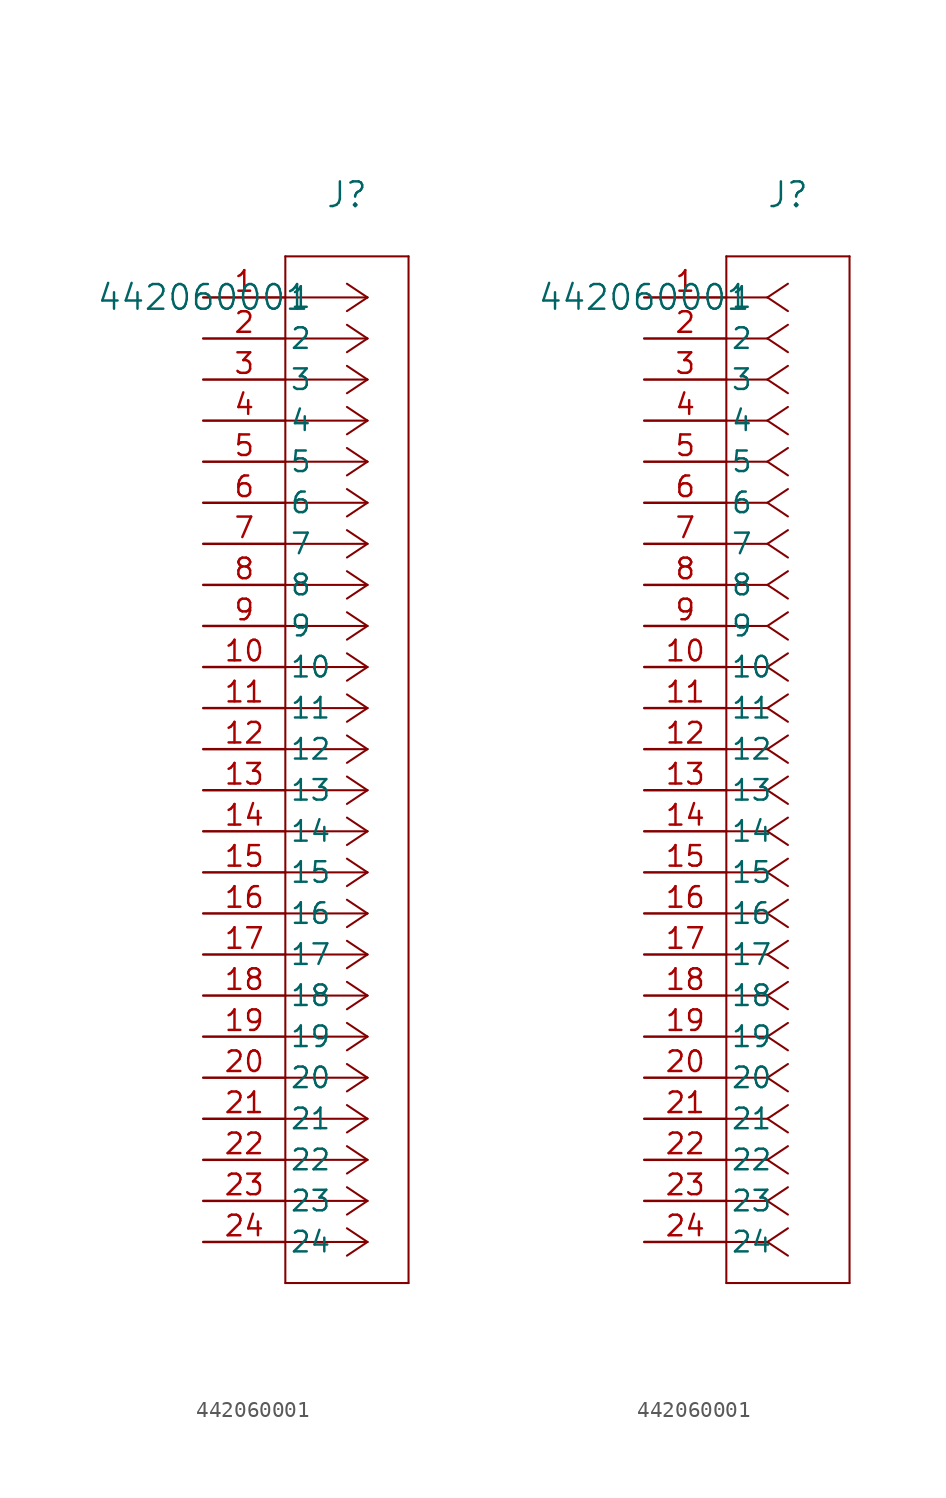
<source format=kicad_sym>
(kicad_symbol_lib
  (version 20211014)
  (generator kicad_symbol_editor)
  (symbol "442060001"
    (pin_names
      (offset 0.254))
    (property "Reference" "J"
      (at 8.89 6.35 0)
      (effects (font (size 1.524 1.524))))
    (property "Value" "442060001"
      (at 0 0 0)
      (effects (font (size 1.524 1.524))))
    (symbol "442060001_1_1"
      (polyline (pts (xy 10.16 0) (xy 5.08 0)) (stroke (width 0.127) (type default) (color 0 0 0 0)) (fill (type none)))
      (polyline (pts (xy 10.16 -2.54) (xy 5.08 -2.54)) (stroke (width 0.127) (type default) (color 0 0 0 0)) (fill (type none)))
      (polyline (pts (xy 10.16 -5.08) (xy 5.08 -5.08)) (stroke (width 0.127) (type default) (color 0 0 0 0)) (fill (type none)))
      (polyline (pts (xy 10.16 -7.62) (xy 5.08 -7.62)) (stroke (width 0.127) (type default) (color 0 0 0 0)) (fill (type none)))
      (polyline (pts (xy 10.16 -10.16) (xy 5.08 -10.16)) (stroke (width 0.127) (type default) (color 0 0 0 0)) (fill (type none)))
      (polyline (pts (xy 10.16 -12.7) (xy 5.08 -12.7)) (stroke (width 0.127) (type default) (color 0 0 0 0)) (fill (type none)))
      (polyline (pts (xy 10.16 -15.24) (xy 5.08 -15.24)) (stroke (width 0.127) (type default) (color 0 0 0 0)) (fill (type none)))
      (polyline (pts (xy 10.16 -17.78) (xy 5.08 -17.78)) (stroke (width 0.127) (type default) (color 0 0 0 0)) (fill (type none)))
      (polyline (pts (xy 10.16 -20.32) (xy 5.08 -20.32)) (stroke (width 0.127) (type default) (color 0 0 0 0)) (fill (type none)))
      (polyline (pts (xy 10.16 -22.86) (xy 5.08 -22.86)) (stroke (width 0.127) (type default) (color 0 0 0 0)) (fill (type none)))
      (polyline (pts (xy 10.16 -25.4) (xy 5.08 -25.4)) (stroke (width 0.127) (type default) (color 0 0 0 0)) (fill (type none)))
      (polyline (pts (xy 10.16 -27.94) (xy 5.08 -27.94)) (stroke (width 0.127) (type default) (color 0 0 0 0)) (fill (type none)))
      (polyline (pts (xy 10.16 -30.48) (xy 5.08 -30.48)) (stroke (width 0.127) (type default) (color 0 0 0 0)) (fill (type none)))
      (polyline (pts (xy 10.16 -33.02) (xy 5.08 -33.02)) (stroke (width 0.127) (type default) (color 0 0 0 0)) (fill (type none)))
      (polyline (pts (xy 10.16 -35.56) (xy 5.08 -35.56)) (stroke (width 0.127) (type default) (color 0 0 0 0)) (fill (type none)))
      (polyline (pts (xy 10.16 -38.1) (xy 5.08 -38.1)) (stroke (width 0.127) (type default) (color 0 0 0 0)) (fill (type none)))
      (polyline (pts (xy 10.16 -40.64) (xy 5.08 -40.64)) (stroke (width 0.127) (type default) (color 0 0 0 0)) (fill (type none)))
      (polyline (pts (xy 10.16 -43.18) (xy 5.08 -43.18)) (stroke (width 0.127) (type default) (color 0 0 0 0)) (fill (type none)))
      (polyline (pts (xy 10.16 -45.72) (xy 5.08 -45.72)) (stroke (width 0.127) (type default) (color 0 0 0 0)) (fill (type none)))
      (polyline (pts (xy 10.16 -48.26) (xy 5.08 -48.26)) (stroke (width 0.127) (type default) (color 0 0 0 0)) (fill (type none)))
      (polyline (pts (xy 10.16 -50.8) (xy 5.08 -50.8)) (stroke (width 0.127) (type default) (color 0 0 0 0)) (fill (type none)))
      (polyline (pts (xy 10.16 -53.34) (xy 5.08 -53.34)) (stroke (width 0.127) (type default) (color 0 0 0 0)) (fill (type none)))
      (polyline (pts (xy 10.16 -55.88) (xy 5.08 -55.88)) (stroke (width 0.127) (type default) (color 0 0 0 0)) (fill (type none)))
      (polyline (pts (xy 10.16 -58.42) (xy 5.08 -58.42)) (stroke (width 0.127) (type default) (color 0 0 0 0)) (fill (type none)))
      (polyline (pts (xy 10.16 0) (xy 8.89 0.847)) (stroke (width 0.127) (type default) (color 0 0 0 0)) (fill (type none)))
      (polyline (pts (xy 10.16 -2.54) (xy 8.89 -1.693)) (stroke (width 0.127) (type default) (color 0 0 0 0)) (fill (type none)))
      (polyline (pts (xy 10.16 -5.08) (xy 8.89 -4.233)) (stroke (width 0.127) (type default) (color 0 0 0 0)) (fill (type none)))
      (polyline (pts (xy 10.16 -7.62) (xy 8.89 -6.773)) (stroke (width 0.127) (type default) (color 0 0 0 0)) (fill (type none)))
      (polyline (pts (xy 10.16 -10.16) (xy 8.89 -9.313)) (stroke (width 0.127) (type default) (color 0 0 0 0)) (fill (type none)))
      (polyline (pts (xy 10.16 -12.7) (xy 8.89 -11.853)) (stroke (width 0.127) (type default) (color 0 0 0 0)) (fill (type none)))
      (polyline (pts (xy 10.16 -15.24) (xy 8.89 -14.393)) (stroke (width 0.127) (type default) (color 0 0 0 0)) (fill (type none)))
      (polyline (pts (xy 10.16 -17.78) (xy 8.89 -16.933)) (stroke (width 0.127) (type default) (color 0 0 0 0)) (fill (type none)))
      (polyline (pts (xy 10.16 -20.32) (xy 8.89 -19.473)) (stroke (width 0.127) (type default) (color 0 0 0 0)) (fill (type none)))
      (polyline (pts (xy 10.16 -22.86) (xy 8.89 -22.013)) (stroke (width 0.127) (type default) (color 0 0 0 0)) (fill (type none)))
      (polyline (pts (xy 10.16 -25.4) (xy 8.89 -24.553)) (stroke (width 0.127) (type default) (color 0 0 0 0)) (fill (type none)))
      (polyline (pts (xy 10.16 -27.94) (xy 8.89 -27.093)) (stroke (width 0.127) (type default) (color 0 0 0 0)) (fill (type none)))
      (polyline (pts (xy 10.16 -30.48) (xy 8.89 -29.633)) (stroke (width 0.127) (type default) (color 0 0 0 0)) (fill (type none)))
      (polyline (pts (xy 10.16 -33.02) (xy 8.89 -32.173)) (stroke (width 0.127) (type default) (color 0 0 0 0)) (fill (type none)))
      (polyline (pts (xy 10.16 -35.56) (xy 8.89 -34.713)) (stroke (width 0.127) (type default) (color 0 0 0 0)) (fill (type none)))
      (polyline (pts (xy 10.16 -38.1) (xy 8.89 -37.253)) (stroke (width 0.127) (type default) (color 0 0 0 0)) (fill (type none)))
      (polyline (pts (xy 10.16 -40.64) (xy 8.89 -39.793)) (stroke (width 0.127) (type default) (color 0 0 0 0)) (fill (type none)))
      (polyline (pts (xy 10.16 -43.18) (xy 8.89 -42.333)) (stroke (width 0.127) (type default) (color 0 0 0 0)) (fill (type none)))
      (polyline (pts (xy 10.16 -45.72) (xy 8.89 -44.873)) (stroke (width 0.127) (type default) (color 0 0 0 0)) (fill (type none)))
      (polyline (pts (xy 10.16 -48.26) (xy 8.89 -47.413)) (stroke (width 0.127) (type default) (color 0 0 0 0)) (fill (type none)))
      (polyline (pts (xy 10.16 -50.8) (xy 8.89 -49.953)) (stroke (width 0.127) (type default) (color 0 0 0 0)) (fill (type none)))
      (polyline (pts (xy 10.16 -53.34) (xy 8.89 -52.493)) (stroke (width 0.127) (type default) (color 0 0 0 0)) (fill (type none)))
      (polyline (pts (xy 10.16 -55.88) (xy 8.89 -55.033)) (stroke (width 0.127) (type default) (color 0 0 0 0)) (fill (type none)))
      (polyline (pts (xy 10.16 -58.42) (xy 8.89 -57.573)) (stroke (width 0.127) (type default) (color 0 0 0 0)) (fill (type none)))
      (polyline (pts (xy 10.16 0) (xy 8.89 -0.847)) (stroke (width 0.127) (type default) (color 0 0 0 0)) (fill (type none)))
      (polyline (pts (xy 10.16 -2.54) (xy 8.89 -3.387)) (stroke (width 0.127) (type default) (color 0 0 0 0)) (fill (type none)))
      (polyline (pts (xy 10.16 -5.08) (xy 8.89 -5.927)) (stroke (width 0.127) (type default) (color 0 0 0 0)) (fill (type none)))
      (polyline (pts (xy 10.16 -7.62) (xy 8.89 -8.467)) (stroke (width 0.127) (type default) (color 0 0 0 0)) (fill (type none)))
      (polyline (pts (xy 10.16 -10.16) (xy 8.89 -11.007)) (stroke (width 0.127) (type default) (color 0 0 0 0)) (fill (type none)))
      (polyline (pts (xy 10.16 -12.7) (xy 8.89 -13.547)) (stroke (width 0.127) (type default) (color 0 0 0 0)) (fill (type none)))
      (polyline (pts (xy 10.16 -15.24) (xy 8.89 -16.087)) (stroke (width 0.127) (type default) (color 0 0 0 0)) (fill (type none)))
      (polyline (pts (xy 10.16 -17.78) (xy 8.89 -18.627)) (stroke (width 0.127) (type default) (color 0 0 0 0)) (fill (type none)))
      (polyline (pts (xy 10.16 -20.32) (xy 8.89 -21.167)) (stroke (width 0.127) (type default) (color 0 0 0 0)) (fill (type none)))
      (polyline (pts (xy 10.16 -22.86) (xy 8.89 -23.707)) (stroke (width 0.127) (type default) (color 0 0 0 0)) (fill (type none)))
      (polyline (pts (xy 10.16 -25.4) (xy 8.89 -26.247)) (stroke (width 0.127) (type default) (color 0 0 0 0)) (fill (type none)))
      (polyline (pts (xy 10.16 -27.94) (xy 8.89 -28.787)) (stroke (width 0.127) (type default) (color 0 0 0 0)) (fill (type none)))
      (polyline (pts (xy 10.16 -30.48) (xy 8.89 -31.327)) (stroke (width 0.127) (type default) (color 0 0 0 0)) (fill (type none)))
      (polyline (pts (xy 10.16 -33.02) (xy 8.89 -33.867)) (stroke (width 0.127) (type default) (color 0 0 0 0)) (fill (type none)))
      (polyline (pts (xy 10.16 -35.56) (xy 8.89 -36.407)) (stroke (width 0.127) (type default) (color 0 0 0 0)) (fill (type none)))
      (polyline (pts (xy 10.16 -38.1) (xy 8.89 -38.947)) (stroke (width 0.127) (type default) (color 0 0 0 0)) (fill (type none)))
      (polyline (pts (xy 10.16 -40.64) (xy 8.89 -41.487)) (stroke (width 0.127) (type default) (color 0 0 0 0)) (fill (type none)))
      (polyline (pts (xy 10.16 -43.18) (xy 8.89 -44.027)) (stroke (width 0.127) (type default) (color 0 0 0 0)) (fill (type none)))
      (polyline (pts (xy 10.16 -45.72) (xy 8.89 -46.567)) (stroke (width 0.127) (type default) (color 0 0 0 0)) (fill (type none)))
      (polyline (pts (xy 10.16 -48.26) (xy 8.89 -49.107)) (stroke (width 0.127) (type default) (color 0 0 0 0)) (fill (type none)))
      (polyline (pts (xy 10.16 -50.8) (xy 8.89 -51.647)) (stroke (width 0.127) (type default) (color 0 0 0 0)) (fill (type none)))
      (polyline (pts (xy 10.16 -53.34) (xy 8.89 -54.187)) (stroke (width 0.127) (type default) (color 0 0 0 0)) (fill (type none)))
      (polyline (pts (xy 10.16 -55.88) (xy 8.89 -56.727)) (stroke (width 0.127) (type default) (color 0 0 0 0)) (fill (type none)))
      (polyline (pts (xy 10.16 -58.42) (xy 8.89 -59.267)) (stroke (width 0.127) (type default) (color 0 0 0 0)) (fill (type none)))
      (polyline (pts (xy 5.08 2.54) (xy 5.08 -60.96)) (stroke (width 0.127) (type default) (color 0 0 0 0)) (fill (type none)))
      (polyline (pts (xy 5.08 -60.96) (xy 12.7 -60.96)) (stroke (width 0.127) (type default) (color 0 0 0 0)) (fill (type none)))
      (polyline (pts (xy 12.7 -60.96) (xy 12.7 2.54)) (stroke (width 0.127) (type default) (color 0 0 0 0)) (fill (type none)))
      (polyline (pts (xy 12.7 2.54) (xy 5.08 2.54)) (stroke (width 0.127) (type default) (color 0 0 0 0)) (fill (type none)))
      (pin unspecified line (at 0 0 0) (length 5.08) (name "1" (effects (font (size 1.27 1.27)))) (number "1" (effects (font (size 1.27 1.27)))))
      (pin unspecified line (at 0 -2.54 0) (length 5.08) (name "2" (effects (font (size 1.27 1.27)))) (number "2" (effects (font (size 1.27 1.27)))))
      (pin unspecified line (at 0 -5.08 0) (length 5.08) (name "3" (effects (font (size 1.27 1.27)))) (number "3" (effects (font (size 1.27 1.27)))))
      (pin unspecified line (at 0 -7.62 0) (length 5.08) (name "4" (effects (font (size 1.27 1.27)))) (number "4" (effects (font (size 1.27 1.27)))))
      (pin unspecified line (at 0 -10.16 0) (length 5.08) (name "5" (effects (font (size 1.27 1.27)))) (number "5" (effects (font (size 1.27 1.27)))))
      (pin unspecified line (at 0 -12.7 0) (length 5.08) (name "6" (effects (font (size 1.27 1.27)))) (number "6" (effects (font (size 1.27 1.27)))))
      (pin unspecified line (at 0 -15.24 0) (length 5.08) (name "7" (effects (font (size 1.27 1.27)))) (number "7" (effects (font (size 1.27 1.27)))))
      (pin unspecified line (at 0 -17.78 0) (length 5.08) (name "8" (effects (font (size 1.27 1.27)))) (number "8" (effects (font (size 1.27 1.27)))))
      (pin unspecified line (at 0 -20.32 0) (length 5.08) (name "9" (effects (font (size 1.27 1.27)))) (number "9" (effects (font (size 1.27 1.27)))))
      (pin unspecified line (at 0 -22.86 0) (length 5.08) (name "10" (effects (font (size 1.27 1.27)))) (number "10" (effects (font (size 1.27 1.27)))))
      (pin unspecified line (at 0 -25.4 0) (length 5.08) (name "11" (effects (font (size 1.27 1.27)))) (number "11" (effects (font (size 1.27 1.27)))))
      (pin unspecified line (at 0 -27.94 0) (length 5.08) (name "12" (effects (font (size 1.27 1.27)))) (number "12" (effects (font (size 1.27 1.27)))))
      (pin unspecified line (at 0 -30.48 0) (length 5.08) (name "13" (effects (font (size 1.27 1.27)))) (number "13" (effects (font (size 1.27 1.27)))))
      (pin unspecified line (at 0 -33.02 0) (length 5.08) (name "14" (effects (font (size 1.27 1.27)))) (number "14" (effects (font (size 1.27 1.27)))))
      (pin unspecified line (at 0 -35.56 0) (length 5.08) (name "15" (effects (font (size 1.27 1.27)))) (number "15" (effects (font (size 1.27 1.27)))))
      (pin unspecified line (at 0 -38.1 0) (length 5.08) (name "16" (effects (font (size 1.27 1.27)))) (number "16" (effects (font (size 1.27 1.27)))))
      (pin unspecified line (at 0 -40.64 0) (length 5.08) (name "17" (effects (font (size 1.27 1.27)))) (number "17" (effects (font (size 1.27 1.27)))))
      (pin unspecified line (at 0 -43.18 0) (length 5.08) (name "18" (effects (font (size 1.27 1.27)))) (number "18" (effects (font (size 1.27 1.27)))))
      (pin unspecified line (at 0 -45.72 0) (length 5.08) (name "19" (effects (font (size 1.27 1.27)))) (number "19" (effects (font (size 1.27 1.27)))))
      (pin unspecified line (at 0 -48.26 0) (length 5.08) (name "20" (effects (font (size 1.27 1.27)))) (number "20" (effects (font (size 1.27 1.27)))))
      (pin unspecified line (at 0 -50.8 0) (length 5.08) (name "21" (effects (font (size 1.27 1.27)))) (number "21" (effects (font (size 1.27 1.27)))))
      (pin unspecified line (at 0 -53.34 0) (length 5.08) (name "22" (effects (font (size 1.27 1.27)))) (number "22" (effects (font (size 1.27 1.27)))))
      (pin unspecified line (at 0 -55.88 0) (length 5.08) (name "23" (effects (font (size 1.27 1.27)))) (number "23" (effects (font (size 1.27 1.27)))))
      (pin unspecified line (at 0 -58.42 0) (length 5.08) (name "24" (effects (font (size 1.27 1.27)))) (number "24" (effects (font (size 1.27 1.27))))))
    (symbol "442060001_1_2"
      (polyline (pts (xy 7.62 0) (xy 5.08 0)) (stroke (width 0.127) (type default) (color 0 0 0 0)) (fill (type none)))
      (polyline (pts (xy 7.62 -2.54) (xy 5.08 -2.54)) (stroke (width 0.127) (type default) (color 0 0 0 0)) (fill (type none)))
      (polyline (pts (xy 7.62 -5.08) (xy 5.08 -5.08)) (stroke (width 0.127) (type default) (color 0 0 0 0)) (fill (type none)))
      (polyline (pts (xy 7.62 -7.62) (xy 5.08 -7.62)) (stroke (width 0.127) (type default) (color 0 0 0 0)) (fill (type none)))
      (polyline (pts (xy 7.62 -10.16) (xy 5.08 -10.16)) (stroke (width 0.127) (type default) (color 0 0 0 0)) (fill (type none)))
      (polyline (pts (xy 7.62 -12.7) (xy 5.08 -12.7)) (stroke (width 0.127) (type default) (color 0 0 0 0)) (fill (type none)))
      (polyline (pts (xy 7.62 -15.24) (xy 5.08 -15.24)) (stroke (width 0.127) (type default) (color 0 0 0 0)) (fill (type none)))
      (polyline (pts (xy 7.62 -17.78) (xy 5.08 -17.78)) (stroke (width 0.127) (type default) (color 0 0 0 0)) (fill (type none)))
      (polyline (pts (xy 7.62 -20.32) (xy 5.08 -20.32)) (stroke (width 0.127) (type default) (color 0 0 0 0)) (fill (type none)))
      (polyline (pts (xy 7.62 -22.86) (xy 5.08 -22.86)) (stroke (width 0.127) (type default) (color 0 0 0 0)) (fill (type none)))
      (polyline (pts (xy 7.62 -25.4) (xy 5.08 -25.4)) (stroke (width 0.127) (type default) (color 0 0 0 0)) (fill (type none)))
      (polyline (pts (xy 7.62 -27.94) (xy 5.08 -27.94)) (stroke (width 0.127) (type default) (color 0 0 0 0)) (fill (type none)))
      (polyline (pts (xy 7.62 -30.48) (xy 5.08 -30.48)) (stroke (width 0.127) (type default) (color 0 0 0 0)) (fill (type none)))
      (polyline (pts (xy 7.62 -33.02) (xy 5.08 -33.02)) (stroke (width 0.127) (type default) (color 0 0 0 0)) (fill (type none)))
      (polyline (pts (xy 7.62 -35.56) (xy 5.08 -35.56)) (stroke (width 0.127) (type default) (color 0 0 0 0)) (fill (type none)))
      (polyline (pts (xy 7.62 -38.1) (xy 5.08 -38.1)) (stroke (width 0.127) (type default) (color 0 0 0 0)) (fill (type none)))
      (polyline (pts (xy 7.62 -40.64) (xy 5.08 -40.64)) (stroke (width 0.127) (type default) (color 0 0 0 0)) (fill (type none)))
      (polyline (pts (xy 7.62 -43.18) (xy 5.08 -43.18)) (stroke (width 0.127) (type default) (color 0 0 0 0)) (fill (type none)))
      (polyline (pts (xy 7.62 -45.72) (xy 5.08 -45.72)) (stroke (width 0.127) (type default) (color 0 0 0 0)) (fill (type none)))
      (polyline (pts (xy 7.62 -48.26) (xy 5.08 -48.26)) (stroke (width 0.127) (type default) (color 0 0 0 0)) (fill (type none)))
      (polyline (pts (xy 7.62 -50.8) (xy 5.08 -50.8)) (stroke (width 0.127) (type default) (color 0 0 0 0)) (fill (type none)))
      (polyline (pts (xy 7.62 -53.34) (xy 5.08 -53.34)) (stroke (width 0.127) (type default) (color 0 0 0 0)) (fill (type none)))
      (polyline (pts (xy 7.62 -55.88) (xy 5.08 -55.88)) (stroke (width 0.127) (type default) (color 0 0 0 0)) (fill (type none)))
      (polyline (pts (xy 7.62 -58.42) (xy 5.08 -58.42)) (stroke (width 0.127) (type default) (color 0 0 0 0)) (fill (type none)))
      (polyline (pts (xy 7.62 0) (xy 8.89 0.847)) (stroke (width 0.127) (type default) (color 0 0 0 0)) (fill (type none)))
      (polyline (pts (xy 7.62 -2.54) (xy 8.89 -1.693)) (stroke (width 0.127) (type default) (color 0 0 0 0)) (fill (type none)))
      (polyline (pts (xy 7.62 -5.08) (xy 8.89 -4.233)) (stroke (width 0.127) (type default) (color 0 0 0 0)) (fill (type none)))
      (polyline (pts (xy 7.62 -7.62) (xy 8.89 -6.773)) (stroke (width 0.127) (type default) (color 0 0 0 0)) (fill (type none)))
      (polyline (pts (xy 7.62 -10.16) (xy 8.89 -9.313)) (stroke (width 0.127) (type default) (color 0 0 0 0)) (fill (type none)))
      (polyline (pts (xy 7.62 -12.7) (xy 8.89 -11.853)) (stroke (width 0.127) (type default) (color 0 0 0 0)) (fill (type none)))
      (polyline (pts (xy 7.62 -15.24) (xy 8.89 -14.393)) (stroke (width 0.127) (type default) (color 0 0 0 0)) (fill (type none)))
      (polyline (pts (xy 7.62 -17.78) (xy 8.89 -16.933)) (stroke (width 0.127) (type default) (color 0 0 0 0)) (fill (type none)))
      (polyline (pts (xy 7.62 -20.32) (xy 8.89 -19.473)) (stroke (width 0.127) (type default) (color 0 0 0 0)) (fill (type none)))
      (polyline (pts (xy 7.62 -22.86) (xy 8.89 -22.013)) (stroke (width 0.127) (type default) (color 0 0 0 0)) (fill (type none)))
      (polyline (pts (xy 7.62 -25.4) (xy 8.89 -24.553)) (stroke (width 0.127) (type default) (color 0 0 0 0)) (fill (type none)))
      (polyline (pts (xy 7.62 -27.94) (xy 8.89 -27.093)) (stroke (width 0.127) (type default) (color 0 0 0 0)) (fill (type none)))
      (polyline (pts (xy 7.62 -30.48) (xy 8.89 -29.633)) (stroke (width 0.127) (type default) (color 0 0 0 0)) (fill (type none)))
      (polyline (pts (xy 7.62 -33.02) (xy 8.89 -32.173)) (stroke (width 0.127) (type default) (color 0 0 0 0)) (fill (type none)))
      (polyline (pts (xy 7.62 -35.56) (xy 8.89 -34.713)) (stroke (width 0.127) (type default) (color 0 0 0 0)) (fill (type none)))
      (polyline (pts (xy 7.62 -38.1) (xy 8.89 -37.253)) (stroke (width 0.127) (type default) (color 0 0 0 0)) (fill (type none)))
      (polyline (pts (xy 7.62 -40.64) (xy 8.89 -39.793)) (stroke (width 0.127) (type default) (color 0 0 0 0)) (fill (type none)))
      (polyline (pts (xy 7.62 -43.18) (xy 8.89 -42.333)) (stroke (width 0.127) (type default) (color 0 0 0 0)) (fill (type none)))
      (polyline (pts (xy 7.62 -45.72) (xy 8.89 -44.873)) (stroke (width 0.127) (type default) (color 0 0 0 0)) (fill (type none)))
      (polyline (pts (xy 7.62 -48.26) (xy 8.89 -47.413)) (stroke (width 0.127) (type default) (color 0 0 0 0)) (fill (type none)))
      (polyline (pts (xy 7.62 -50.8) (xy 8.89 -49.953)) (stroke (width 0.127) (type default) (color 0 0 0 0)) (fill (type none)))
      (polyline (pts (xy 7.62 -53.34) (xy 8.89 -52.493)) (stroke (width 0.127) (type default) (color 0 0 0 0)) (fill (type none)))
      (polyline (pts (xy 7.62 -55.88) (xy 8.89 -55.033)) (stroke (width 0.127) (type default) (color 0 0 0 0)) (fill (type none)))
      (polyline (pts (xy 7.62 -58.42) (xy 8.89 -57.573)) (stroke (width 0.127) (type default) (color 0 0 0 0)) (fill (type none)))
      (polyline (pts (xy 7.62 0) (xy 8.89 -0.847)) (stroke (width 0.127) (type default) (color 0 0 0 0)) (fill (type none)))
      (polyline (pts (xy 7.62 -2.54) (xy 8.89 -3.387)) (stroke (width 0.127) (type default) (color 0 0 0 0)) (fill (type none)))
      (polyline (pts (xy 7.62 -5.08) (xy 8.89 -5.927)) (stroke (width 0.127) (type default) (color 0 0 0 0)) (fill (type none)))
      (polyline (pts (xy 7.62 -7.62) (xy 8.89 -8.467)) (stroke (width 0.127) (type default) (color 0 0 0 0)) (fill (type none)))
      (polyline (pts (xy 7.62 -10.16) (xy 8.89 -11.007)) (stroke (width 0.127) (type default) (color 0 0 0 0)) (fill (type none)))
      (polyline (pts (xy 7.62 -12.7) (xy 8.89 -13.547)) (stroke (width 0.127) (type default) (color 0 0 0 0)) (fill (type none)))
      (polyline (pts (xy 7.62 -15.24) (xy 8.89 -16.087)) (stroke (width 0.127) (type default) (color 0 0 0 0)) (fill (type none)))
      (polyline (pts (xy 7.62 -17.78) (xy 8.89 -18.627)) (stroke (width 0.127) (type default) (color 0 0 0 0)) (fill (type none)))
      (polyline (pts (xy 7.62 -20.32) (xy 8.89 -21.167)) (stroke (width 0.127) (type default) (color 0 0 0 0)) (fill (type none)))
      (polyline (pts (xy 7.62 -22.86) (xy 8.89 -23.707)) (stroke (width 0.127) (type default) (color 0 0 0 0)) (fill (type none)))
      (polyline (pts (xy 7.62 -25.4) (xy 8.89 -26.247)) (stroke (width 0.127) (type default) (color 0 0 0 0)) (fill (type none)))
      (polyline (pts (xy 7.62 -27.94) (xy 8.89 -28.787)) (stroke (width 0.127) (type default) (color 0 0 0 0)) (fill (type none)))
      (polyline (pts (xy 7.62 -30.48) (xy 8.89 -31.327)) (stroke (width 0.127) (type default) (color 0 0 0 0)) (fill (type none)))
      (polyline (pts (xy 7.62 -33.02) (xy 8.89 -33.867)) (stroke (width 0.127) (type default) (color 0 0 0 0)) (fill (type none)))
      (polyline (pts (xy 7.62 -35.56) (xy 8.89 -36.407)) (stroke (width 0.127) (type default) (color 0 0 0 0)) (fill (type none)))
      (polyline (pts (xy 7.62 -38.1) (xy 8.89 -38.947)) (stroke (width 0.127) (type default) (color 0 0 0 0)) (fill (type none)))
      (polyline (pts (xy 7.62 -40.64) (xy 8.89 -41.487)) (stroke (width 0.127) (type default) (color 0 0 0 0)) (fill (type none)))
      (polyline (pts (xy 7.62 -43.18) (xy 8.89 -44.027)) (stroke (width 0.127) (type default) (color 0 0 0 0)) (fill (type none)))
      (polyline (pts (xy 7.62 -45.72) (xy 8.89 -46.567)) (stroke (width 0.127) (type default) (color 0 0 0 0)) (fill (type none)))
      (polyline (pts (xy 7.62 -48.26) (xy 8.89 -49.107)) (stroke (width 0.127) (type default) (color 0 0 0 0)) (fill (type none)))
      (polyline (pts (xy 7.62 -50.8) (xy 8.89 -51.647)) (stroke (width 0.127) (type default) (color 0 0 0 0)) (fill (type none)))
      (polyline (pts (xy 7.62 -53.34) (xy 8.89 -54.187)) (stroke (width 0.127) (type default) (color 0 0 0 0)) (fill (type none)))
      (polyline (pts (xy 7.62 -55.88) (xy 8.89 -56.727)) (stroke (width 0.127) (type default) (color 0 0 0 0)) (fill (type none)))
      (polyline (pts (xy 7.62 -58.42) (xy 8.89 -59.267)) (stroke (width 0.127) (type default) (color 0 0 0 0)) (fill (type none)))
      (polyline (pts (xy 5.08 2.54) (xy 5.08 -60.96)) (stroke (width 0.127) (type default) (color 0 0 0 0)) (fill (type none)))
      (polyline (pts (xy 5.08 -60.96) (xy 12.7 -60.96)) (stroke (width 0.127) (type default) (color 0 0 0 0)) (fill (type none)))
      (polyline (pts (xy 12.7 -60.96) (xy 12.7 2.54)) (stroke (width 0.127) (type default) (color 0 0 0 0)) (fill (type none)))
      (polyline (pts (xy 12.7 2.54) (xy 5.08 2.54)) (stroke (width 0.127) (type default) (color 0 0 0 0)) (fill (type none)))
      (pin unspecified line (at 0 0 0) (length 5.08) (name "1" (effects (font (size 1.27 1.27)))) (number "1" (effects (font (size 1.27 1.27)))))
      (pin unspecified line (at 0 -2.54 0) (length 5.08) (name "2" (effects (font (size 1.27 1.27)))) (number "2" (effects (font (size 1.27 1.27)))))
      (pin unspecified line (at 0 -5.08 0) (length 5.08) (name "3" (effects (font (size 1.27 1.27)))) (number "3" (effects (font (size 1.27 1.27)))))
      (pin unspecified line (at 0 -7.62 0) (length 5.08) (name "4" (effects (font (size 1.27 1.27)))) (number "4" (effects (font (size 1.27 1.27)))))
      (pin unspecified line (at 0 -10.16 0) (length 5.08) (name "5" (effects (font (size 1.27 1.27)))) (number "5" (effects (font (size 1.27 1.27)))))
      (pin unspecified line (at 0 -12.7 0) (length 5.08) (name "6" (effects (font (size 1.27 1.27)))) (number "6" (effects (font (size 1.27 1.27)))))
      (pin unspecified line (at 0 -15.24 0) (length 5.08) (name "7" (effects (font (size 1.27 1.27)))) (number "7" (effects (font (size 1.27 1.27)))))
      (pin unspecified line (at 0 -17.78 0) (length 5.08) (name "8" (effects (font (size 1.27 1.27)))) (number "8" (effects (font (size 1.27 1.27)))))
      (pin unspecified line (at 0 -20.32 0) (length 5.08) (name "9" (effects (font (size 1.27 1.27)))) (number "9" (effects (font (size 1.27 1.27)))))
      (pin unspecified line (at 0 -22.86 0) (length 5.08) (name "10" (effects (font (size 1.27 1.27)))) (number "10" (effects (font (size 1.27 1.27)))))
      (pin unspecified line (at 0 -25.4 0) (length 5.08) (name "11" (effects (font (size 1.27 1.27)))) (number "11" (effects (font (size 1.27 1.27)))))
      (pin unspecified line (at 0 -27.94 0) (length 5.08) (name "12" (effects (font (size 1.27 1.27)))) (number "12" (effects (font (size 1.27 1.27)))))
      (pin unspecified line (at 0 -30.48 0) (length 5.08) (name "13" (effects (font (size 1.27 1.27)))) (number "13" (effects (font (size 1.27 1.27)))))
      (pin unspecified line (at 0 -33.02 0) (length 5.08) (name "14" (effects (font (size 1.27 1.27)))) (number "14" (effects (font (size 1.27 1.27)))))
      (pin unspecified line (at 0 -35.56 0) (length 5.08) (name "15" (effects (font (size 1.27 1.27)))) (number "15" (effects (font (size 1.27 1.27)))))
      (pin unspecified line (at 0 -38.1 0) (length 5.08) (name "16" (effects (font (size 1.27 1.27)))) (number "16" (effects (font (size 1.27 1.27)))))
      (pin unspecified line (at 0 -40.64 0) (length 5.08) (name "17" (effects (font (size 1.27 1.27)))) (number "17" (effects (font (size 1.27 1.27)))))
      (pin unspecified line (at 0 -43.18 0) (length 5.08) (name "18" (effects (font (size 1.27 1.27)))) (number "18" (effects (font (size 1.27 1.27)))))
      (pin unspecified line (at 0 -45.72 0) (length 5.08) (name "19" (effects (font (size 1.27 1.27)))) (number "19" (effects (font (size 1.27 1.27)))))
      (pin unspecified line (at 0 -48.26 0) (length 5.08) (name "20" (effects (font (size 1.27 1.27)))) (number "20" (effects (font (size 1.27 1.27)))))
      (pin unspecified line (at 0 -50.8 0) (length 5.08) (name "21" (effects (font (size 1.27 1.27)))) (number "21" (effects (font (size 1.27 1.27)))))
      (pin unspecified line (at 0 -53.34 0) (length 5.08) (name "22" (effects (font (size 1.27 1.27)))) (number "22" (effects (font (size 1.27 1.27)))))
      (pin unspecified line (at 0 -55.88 0) (length 5.08) (name "23" (effects (font (size 1.27 1.27)))) (number "23" (effects (font (size 1.27 1.27)))))
      (pin unspecified line (at 0 -58.42 0) (length 5.08) (name "24" (effects (font (size 1.27 1.27)))) (number "24" (effects (font (size 1.27 1.27))))))))
</source>
